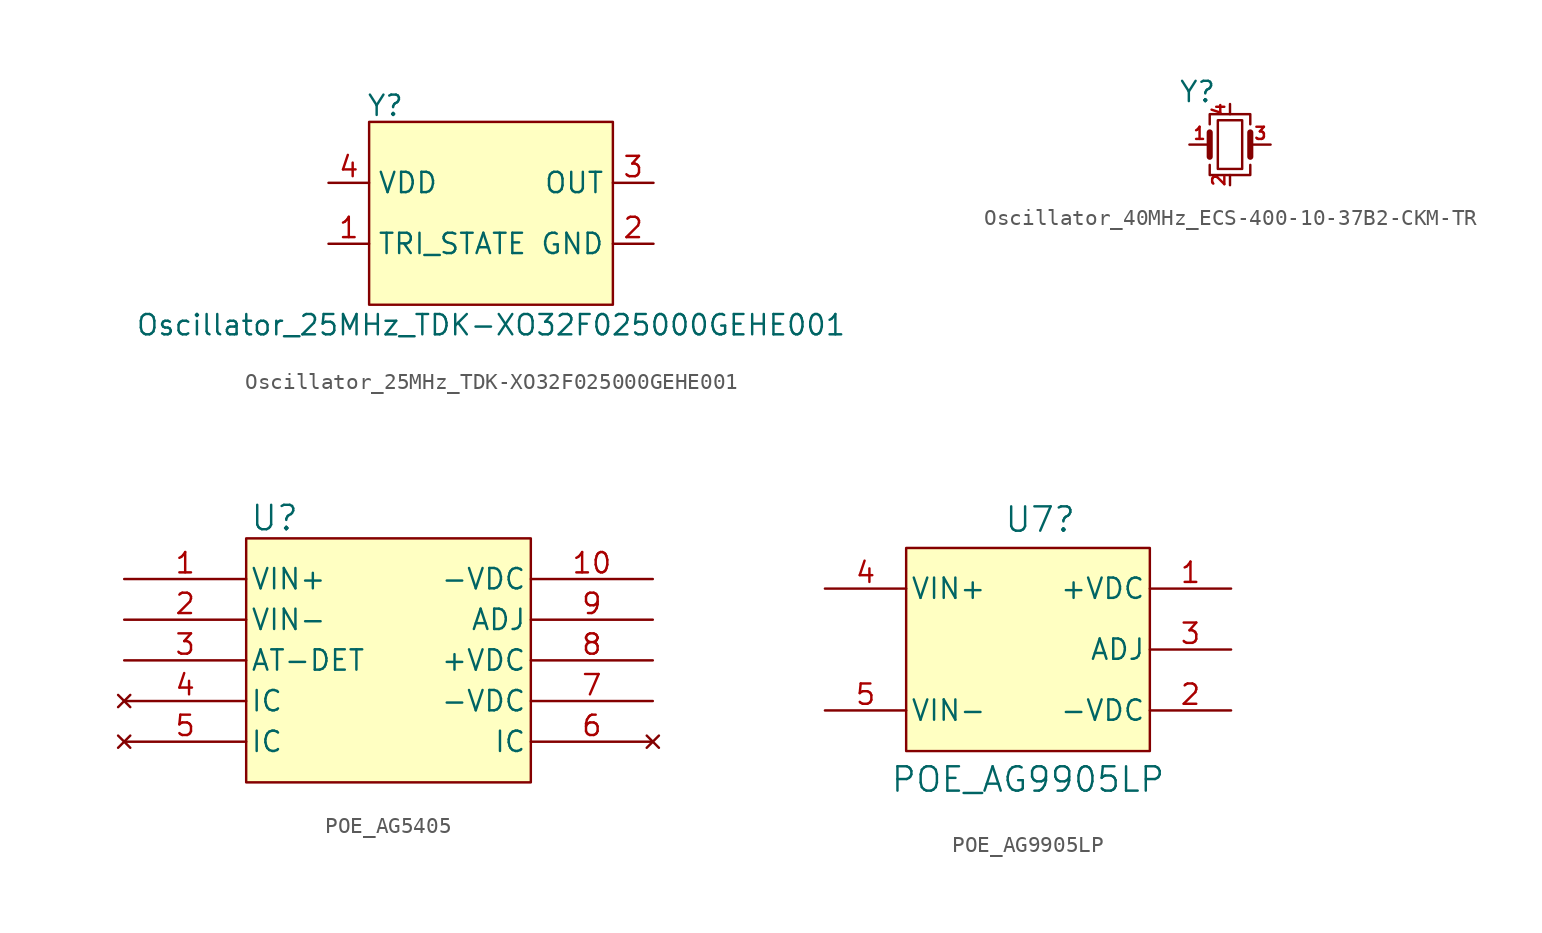
<source format=kicad_sym>
(kicad_symbol_lib
  (version 20241209)
  (generator "kicad_symbol_editor")
  (generator_version "9.0")
  (symbol "Oscillator_25MHz_TDK-XO32F025000GEHE001"
    (property "Reference" "Y"
      (at -6.604 7.366 0)
      (effects (font (size 1.27 1.27))))
    (property "Value" "Oscillator_25MHz_TDK-XO32F025000GEHE001"
      (at 0 -6.35 0)
      (effects (font (size 1.27 1.27))))
    (symbol "Oscillator_25MHz_TDK-XO32F025000GEHE001_1_1"
      (rectangle (start -7.62 6.35) (end 7.62 -5.08) (stroke (width 0) (type default)) (fill (type background)))
      (pin input line (at -10.16 2.54 0) (length 2.54) (name "VDD" (effects (font (size 1.27 1.27)))) (number "4" (effects (font (size 1.27 1.27)))))
      (pin input line (at -10.16 -1.27 0) (length 2.54) (name "TRI_STATE" (effects (font (size 1.27 1.27)))) (number "1" (effects (font (size 1.27 1.27)))))
      (pin output line (at 10.16 2.54 180) (length 2.54) (name "OUT" (effects (font (size 1.27 1.27)))) (number "3" (effects (font (size 1.27 1.27)))))
      (pin power_in line (at 10.16 -1.27 180) (length 2.54) (name "GND" (effects (font (size 1.27 1.27)))) (number "2" (effects (font (size 1.27 1.27)))))))
  (symbol "Oscillator_40MHz_ECS-400-10-37B2-CKM-TR"
    (pin_names
      (offset 1.016)
      (hide yes))
    (property "Reference" "Y"
      (at -2.032 3.302 0)
      (effects (font (size 1.27 1.27))))
    (symbol "Oscillator_40MHz_ECS-400-10-37B2-CKM-TR_0_1"
      (polyline (pts (xy -1.27 1.27) (xy -1.27 1.905) (xy 1.27 1.905) (xy 1.27 1.27)) (stroke (width 0) (type default)) (fill (type none)))
      (polyline (pts (xy -1.27 -0.762) (xy -1.27 0.762)) (stroke (width 0.381) (type default)) (fill (type none)))
      (polyline (pts (xy -1.27 -1.27) (xy -1.27 -1.905) (xy 1.27 -1.905) (xy 1.27 -1.27)) (stroke (width 0) (type default)) (fill (type none)))
      (rectangle (start -0.762 -1.524) (end 0.762 1.524) (stroke (width 0) (type default)) (fill (type none)))
      (polyline (pts (xy 1.27 -0.762) (xy 1.27 0.762)) (stroke (width 0.381) (type default)) (fill (type none))))
    (symbol "Oscillator_40MHz_ECS-400-10-37B2-CKM-TR_1_1"
      (pin passive line (at -2.54 0 0) (length 1.27) (name "1" (effects (font (size 1.27 1.27)))) (number "1" (effects (font (size 0.762 0.762)))))
      (pin passive line (at 0 2.54 270) (length 0.635) (name "4" (effects (font (size 1.27 1.27)))) (number "4" (effects (font (size 0.762 0.762)))))
      (pin passive line (at 0 -2.54 90) (length 0.635) (name "2" (effects (font (size 1.27 1.27)))) (number "2" (effects (font (size 0.762 0.762)))))
      (pin passive line (at 2.54 0 180) (length 1.27) (name "3" (effects (font (size 1.27 1.27)))) (number "3" (effects (font (size 0.762 0.762)))))))
  (symbol "POE_AG5405"
    (pin_names
      (offset 0.254))
    (property "Reference" "U"
      (at -7.112 8.89 0)
      (effects (font (size 1.524 1.524))))
    (symbol "POE_AG5405_1_1"
      (rectangle (start -8.89 7.62) (end 8.89 -7.62) (stroke (width 0) (type default)) (fill (type background)))
      (pin power_in line (at -16.51 5.08 0) (length 7.62) (name "VIN+" (effects (font (size 1.27 1.27)))) (number "1" (effects (font (size 1.27 1.27)))))
      (pin power_in line (at -16.51 2.54 0) (length 7.62) (name "VIN-" (effects (font (size 1.27 1.27)))) (number "2" (effects (font (size 1.27 1.27)))))
      (pin output line (at -16.51 0 0) (length 7.62) (name "AT-DET" (effects (font (size 1.27 1.27)))) (number "3" (effects (font (size 1.27 1.27)))))
      (pin no_connect line (at -16.51 -2.54 0) (length 7.62) (name "IC" (effects (font (size 1.27 1.27)))) (number "4" (effects (font (size 1.27 1.27)))))
      (pin no_connect line (at -16.51 -5.08 0) (length 7.62) (name "IC" (effects (font (size 1.27 1.27)))) (number "5" (effects (font (size 1.27 1.27)))))
      (pin power_in line (at 16.51 5.08 180) (length 7.62) (name "-VDC" (effects (font (size 1.27 1.27)))) (number "10" (effects (font (size 1.27 1.27)))))
      (pin output line (at 16.51 2.54 180) (length 7.62) (name "ADJ" (effects (font (size 1.27 1.27)))) (number "9" (effects (font (size 1.27 1.27)))))
      (pin power_in line (at 16.51 0 180) (length 7.62) (name "+VDC" (effects (font (size 1.27 1.27)))) (number "8" (effects (font (size 1.27 1.27)))))
      (pin power_in line (at 16.51 -2.54 180) (length 7.62) (name "-VDC" (effects (font (size 1.27 1.27)))) (number "7" (effects (font (size 1.27 1.27)))))
      (pin no_connect line (at 16.51 -5.08 180) (length 7.62) (name "IC" (effects (font (size 1.27 1.27)))) (number "6" (effects (font (size 1.27 1.27)))))))
  (symbol "POE_AG9905LP"
    (pin_names
      (offset 0.254))
    (property "Reference" "U7"
      (at 0.762 8.128 0)
      (effects (font (size 1.524 1.524))))
    (property "Value" "POE_AG9905LP"
      (at 0 -8.128 0)
      (effects (font (size 1.524 1.524))))
    (symbol "POE_AG9905LP_1_1"
      (rectangle (start -7.62 6.35) (end 7.62 -6.35) (stroke (width 0) (type default)) (fill (type background)))
      (pin power_in line (at -12.7 3.81 0) (length 5.08) (name "VIN+" (effects (font (size 1.27 1.27)))) (number "4" (effects (font (size 1.27 1.27)))))
      (pin power_in line (at -12.7 -3.81 0) (length 5.08) (name "VIN-" (effects (font (size 1.27 1.27)))) (number "5" (effects (font (size 1.27 1.27)))))
      (pin power_in line (at 12.7 3.81 180) (length 5.08) (name "+VDC" (effects (font (size 1.27 1.27)))) (number "1" (effects (font (size 1.27 1.27)))))
      (pin output line (at 12.7 0 180) (length 5.08) (name "ADJ" (effects (font (size 1.27 1.27)))) (number "3" (effects (font (size 1.27 1.27)))))
      (pin power_in line (at 12.7 -3.81 180) (length 5.08) (name "-VDC" (effects (font (size 1.27 1.27)))) (number "2" (effects (font (size 1.27 1.27))))))))
</source>
